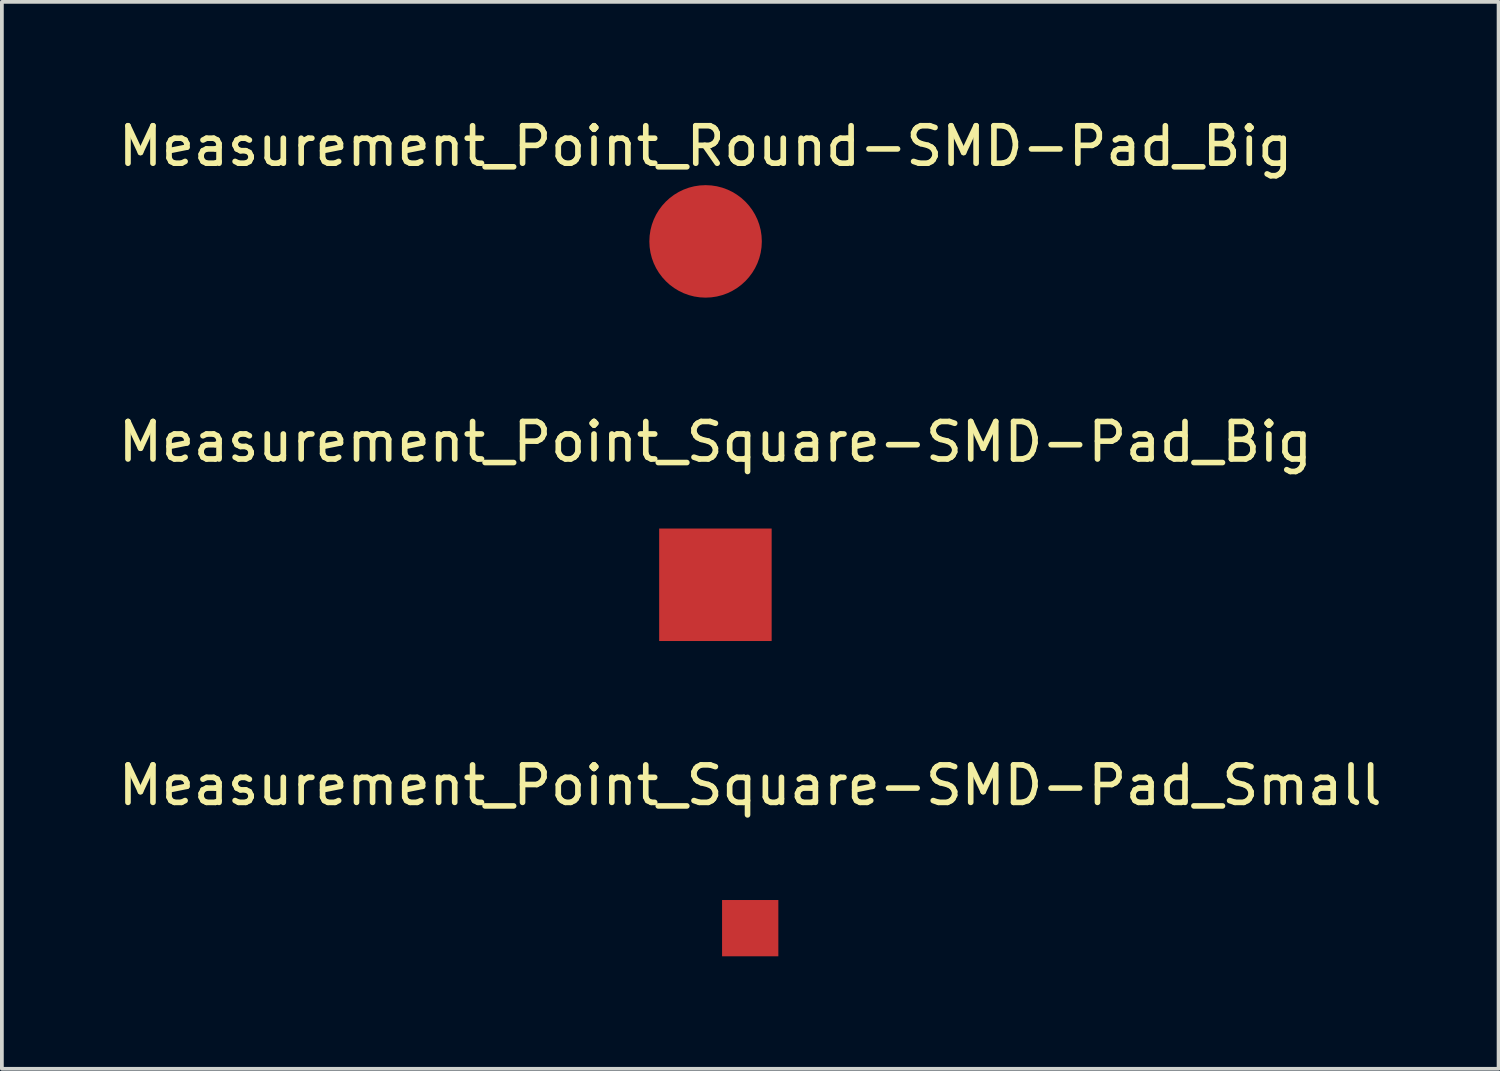
<source format=kicad_pcb>
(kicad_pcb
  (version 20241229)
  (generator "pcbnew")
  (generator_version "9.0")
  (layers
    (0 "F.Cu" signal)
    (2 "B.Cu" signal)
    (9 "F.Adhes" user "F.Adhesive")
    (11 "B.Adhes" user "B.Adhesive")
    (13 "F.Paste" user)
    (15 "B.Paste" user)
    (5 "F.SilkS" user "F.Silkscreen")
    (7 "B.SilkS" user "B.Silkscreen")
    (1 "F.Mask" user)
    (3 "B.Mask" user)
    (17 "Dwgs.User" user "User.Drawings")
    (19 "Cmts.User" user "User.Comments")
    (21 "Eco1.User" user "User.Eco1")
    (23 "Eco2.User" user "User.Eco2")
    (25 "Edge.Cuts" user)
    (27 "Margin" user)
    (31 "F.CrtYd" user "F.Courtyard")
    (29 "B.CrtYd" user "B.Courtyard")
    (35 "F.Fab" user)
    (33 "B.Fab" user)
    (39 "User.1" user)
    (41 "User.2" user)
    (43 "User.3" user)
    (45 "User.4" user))
  (footprint "Measurement_Point_Square-SMD-Pad_Big"
    (layer "F.Cu")
    (at 16.03 12.546)
    (property "Reference" "Measurement_Point_Square-SMD-Pad_Big" (at 0 -3.81 0) (layer "F.SilkS") (effects (font (size 1 1) (thickness 0.15))))
    (attr through_hole)
    (pad "1" smd rect (at 0 0) (size 3 3) (layers "F.Cu" "F.Mask")))
  (footprint "Measurement_Point_Square-SMD-Pad_Small"
    (layer "F.Cu")
    (at 16.958 21.704)
    (property "Reference" "Measurement_Point_Square-SMD-Pad_Small" (at 0 -3.81 0) (layer "F.SilkS") (effects (font (size 1 1) (thickness 0.15))))
    (attr through_hole)
    (pad "1" smd rect (at 0 0) (size 1.501 1.501) (layers "F.Cu" "F.Mask")))
  (footprint "Measurement_Point_Round-SMD-Pad_Big"
    (layer "F.Cu")
    (at 15.768 3.388)
    (property "Reference" "Measurement_Point_Round-SMD-Pad_Big" (at 0 -2.54 0) (layer "F.SilkS") (effects (font (size 1 1) (thickness 0.15))))
    (attr through_hole)
    (pad "1" smd circle (at 0 0) (size 3 3) (layers "F.Cu" "F.Mask")))
  (gr_rect
    (start -3 -3)
    (end 36.917 25.455)
    (stroke (width 0.1) (type default))
    (fill no)
    (layer "Edge.Cuts")))
</source>
